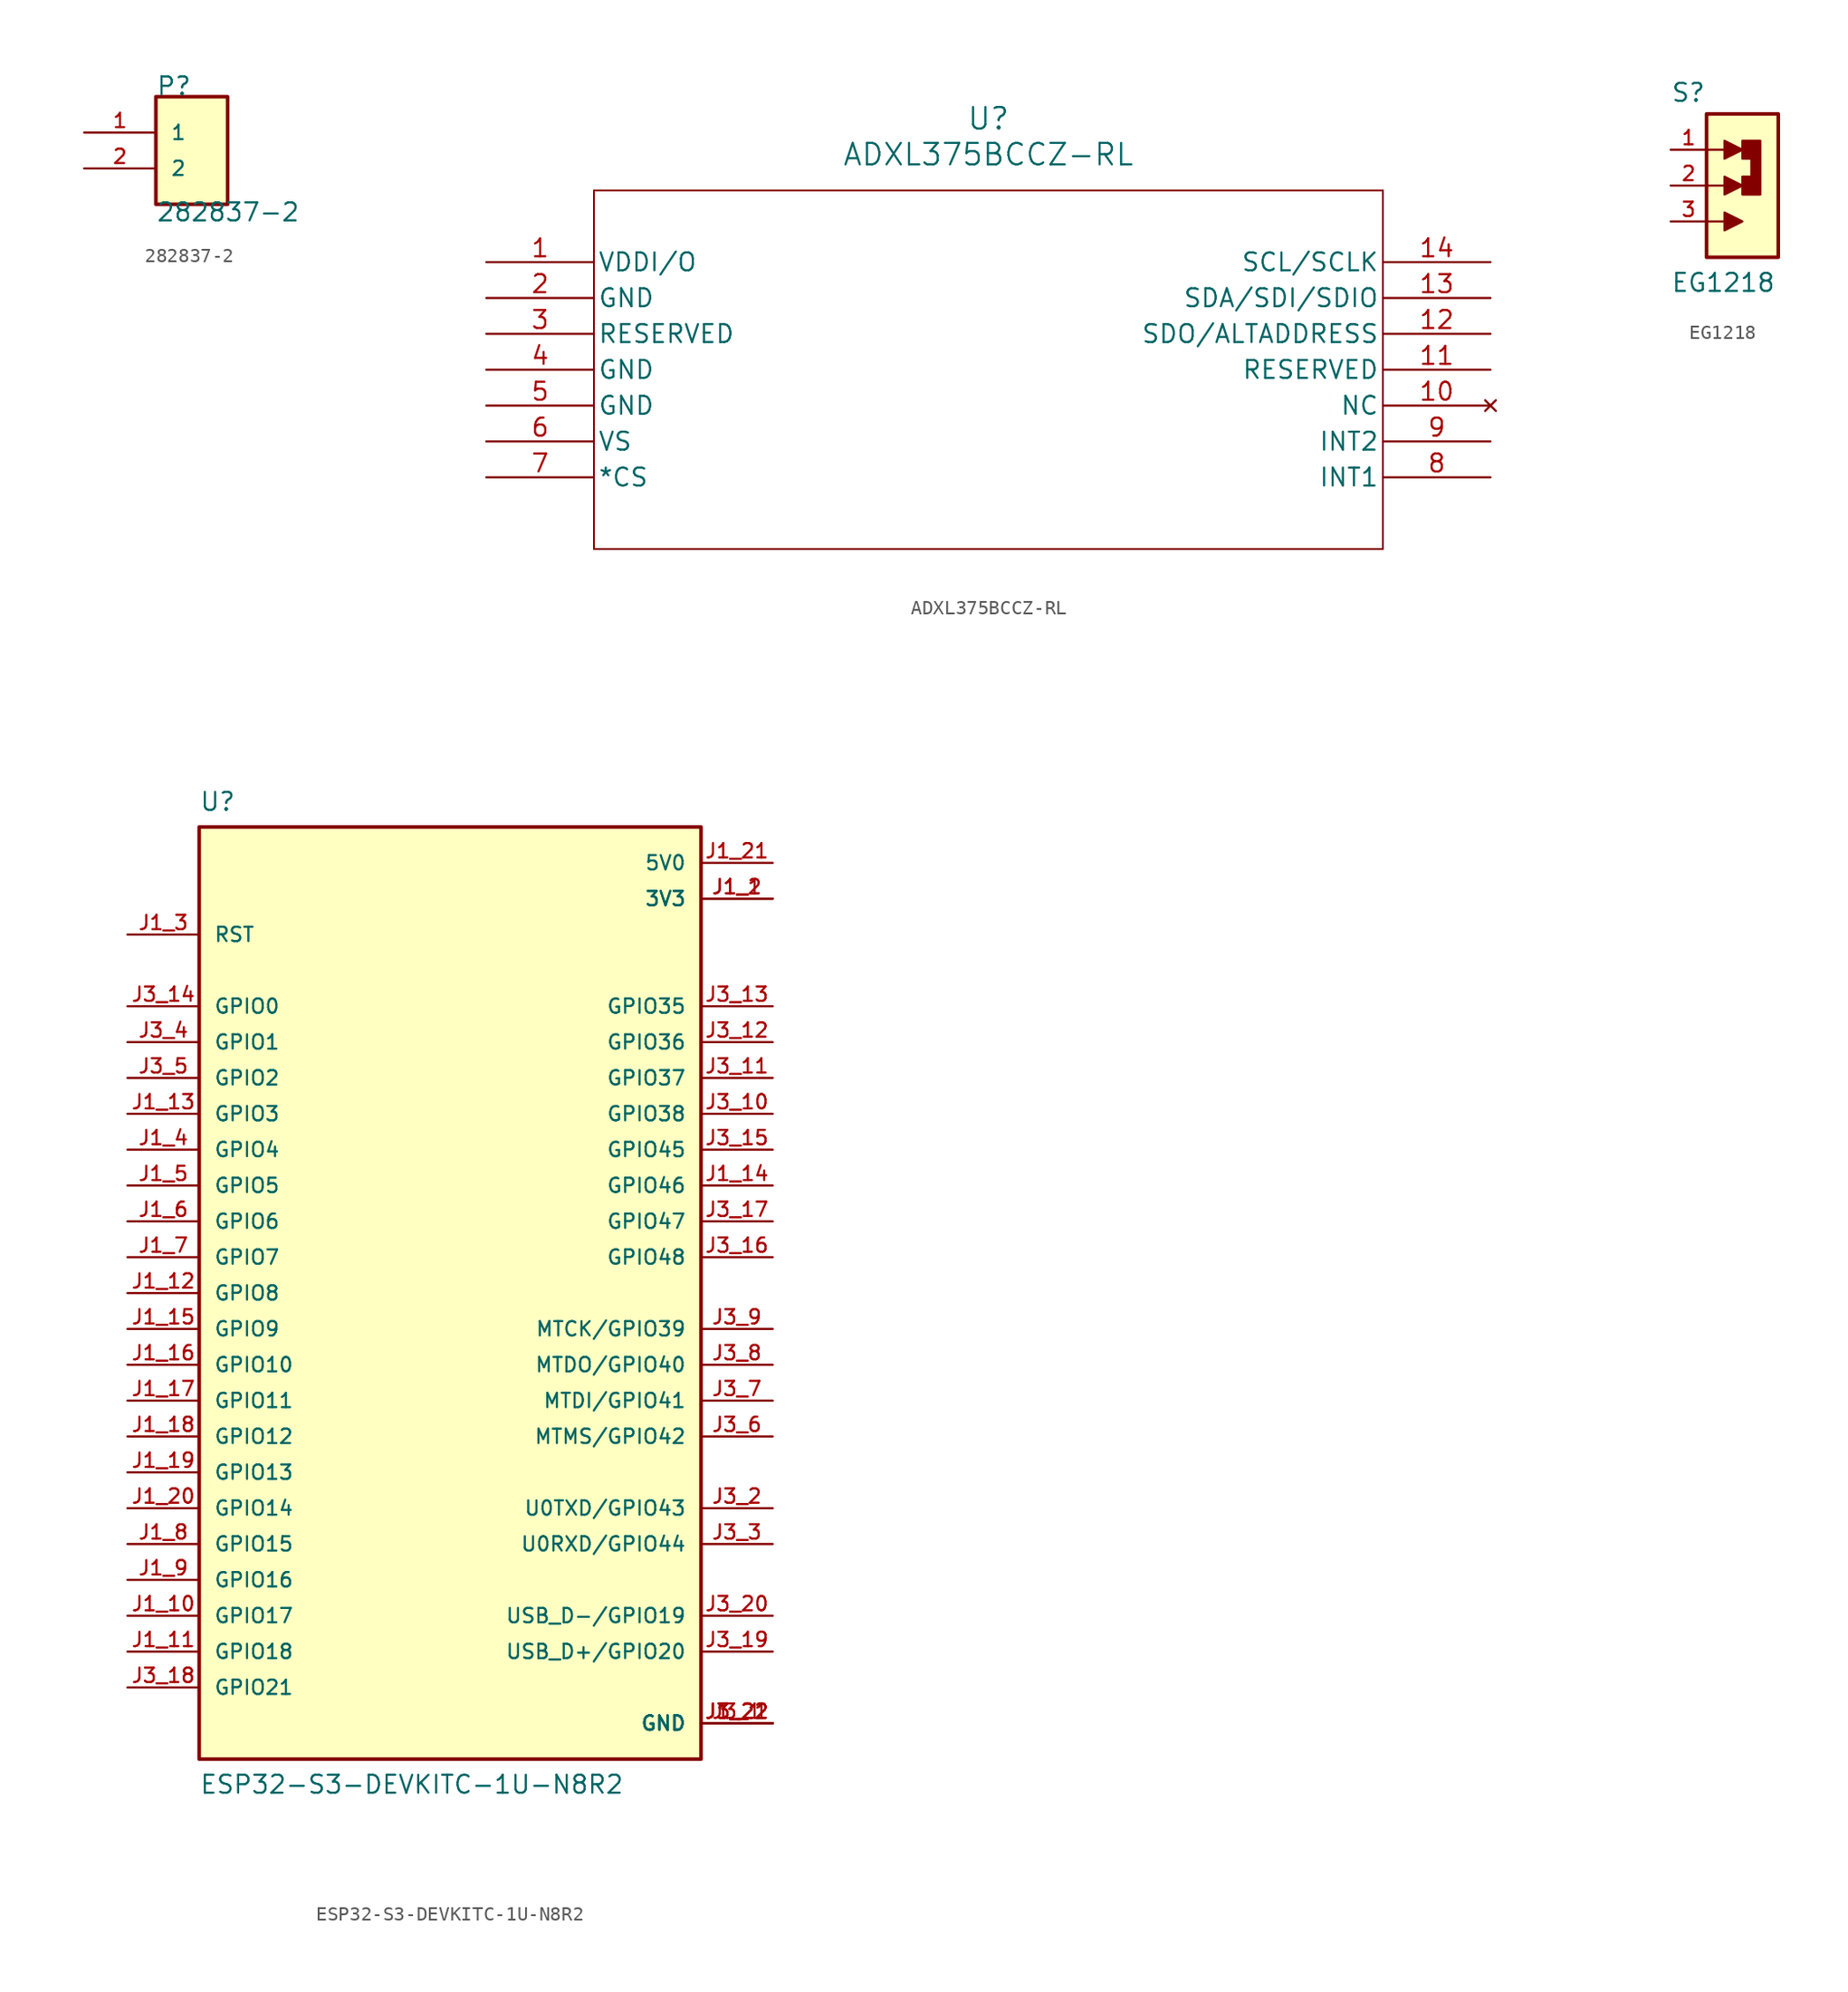
<source format=kicad_sym>
(kicad_symbol_lib
  (version 20241209)
  (generator "kicad_symbol_editor")
  (generator_version "9.0")
  (symbol "282837-2"
    (pin_names
      (offset 1.016))
    (property "Reference" "P"
      (at -2.541 2.544 0)
      (effects (font (size 1.27 1.27)) (justify left bottom)))
    (property "Value" "282837-2"
      (at -2.542 -6.375 0)
      (effects (font (size 1.27 1.27)) (justify left bottom)))
    (symbol "282837-2_0_0"
      (rectangle (start -2.54 -5.08) (end 2.54 2.54) (stroke (width 0.254) (type default)) (fill (type background)))
      (pin passive line (at -7.62 0 0) (length 5.08) (name "1" (effects (font (size 1.016 1.016)))) (number "1" (effects (font (size 1.016 1.016)))))
      (pin passive line (at -7.62 -2.54 0) (length 5.08) (name "2" (effects (font (size 1.016 1.016)))) (number "2" (effects (font (size 1.016 1.016)))))))
  (symbol "ADXL375BCCZ-RL"
    (pin_names
      (offset 0.254))
    (property "Reference" "U"
      (at 35.56 10.16 0)
      (effects (font (size 1.524 1.524))))
    (property "Value" "ADXL375BCCZ-RL"
      (at 35.56 7.62 0)
      (effects (font (size 1.524 1.524))))
    (property "ki_locked" ""
      (at 0 0 0)
      (effects (font (size 1.27 1.27))))
    (symbol "ADXL375BCCZ-RL_0_1"
      (polyline (pts (xy 7.62 5.08) (xy 7.62 -20.32)) (stroke (width 0.127) (type default)) (fill (type none)))
      (polyline (pts (xy 7.62 -20.32) (xy 63.5 -20.32)) (stroke (width 0.127) (type default)) (fill (type none)))
      (polyline (pts (xy 63.5 5.08) (xy 7.62 5.08)) (stroke (width 0.127) (type default)) (fill (type none)))
      (polyline (pts (xy 63.5 -20.32) (xy 63.5 5.08)) (stroke (width 0.127) (type default)) (fill (type none)))
      (pin power_in line (at 0 0 0) (length 7.62) (name "VDDI/O" (effects (font (size 1.27 1.27)))) (number "1" (effects (font (size 1.27 1.27)))))
      (pin power_out line (at 0 -2.54 0) (length 7.62) (name "GND" (effects (font (size 1.27 1.27)))) (number "2" (effects (font (size 1.27 1.27)))))
      (pin unspecified line (at 0 -5.08 0) (length 7.62) (name "RESERVED" (effects (font (size 1.27 1.27)))) (number "3" (effects (font (size 1.27 1.27)))))
      (pin power_out line (at 0 -7.62 0) (length 7.62) (name "GND" (effects (font (size 1.27 1.27)))) (number "4" (effects (font (size 1.27 1.27)))))
      (pin power_out line (at 0 -10.16 0) (length 7.62) (name "GND" (effects (font (size 1.27 1.27)))) (number "5" (effects (font (size 1.27 1.27)))))
      (pin unspecified line (at 0 -12.7 0) (length 7.62) (name "VS" (effects (font (size 1.27 1.27)))) (number "6" (effects (font (size 1.27 1.27)))))
      (pin unspecified line (at 0 -15.24 0) (length 7.62) (name "*CS" (effects (font (size 1.27 1.27)))) (number "7" (effects (font (size 1.27 1.27)))))
      (pin unspecified line (at 71.12 0 180) (length 7.62) (name "SCL/SCLK" (effects (font (size 1.27 1.27)))) (number "14" (effects (font (size 1.27 1.27)))))
      (pin unspecified line (at 71.12 -2.54 180) (length 7.62) (name "SDA/SDI/SDIO" (effects (font (size 1.27 1.27)))) (number "13" (effects (font (size 1.27 1.27)))))
      (pin unspecified line (at 71.12 -5.08 180) (length 7.62) (name "SDO/ALTADDRESS" (effects (font (size 1.27 1.27)))) (number "12" (effects (font (size 1.27 1.27)))))
      (pin unspecified line (at 71.12 -7.62 180) (length 7.62) (name "RESERVED" (effects (font (size 1.27 1.27)))) (number "11" (effects (font (size 1.27 1.27)))))
      (pin no_connect line (at 71.12 -10.16 180) (length 7.62) (name "NC" (effects (font (size 1.27 1.27)))) (number "10" (effects (font (size 1.27 1.27)))))
      (pin bidirectional line (at 71.12 -12.7 180) (length 7.62) (name "INT2" (effects (font (size 1.27 1.27)))) (number "9" (effects (font (size 1.27 1.27)))))
      (pin bidirectional line (at 71.12 -15.24 180) (length 7.62) (name "INT1" (effects (font (size 1.27 1.27)))) (number "8" (effects (font (size 1.27 1.27)))))))
  (symbol "EG1218"
    (pin_names
      (offset 1.016))
    (property "Reference" "S"
      (at -5.08 5.842 0)
      (effects (font (size 1.27 1.27)) (justify left bottom)))
    (property "Value" "EG1218"
      (at -5.08 -7.62 0)
      (effects (font (size 1.27 1.27)) (justify left bottom)))
    (symbol "EG1218_0_0"
      (polyline (pts (xy -2.54 2.54) (xy -1.27 2.54)) (stroke (width 0.152) (type default)) (fill (type none)))
      (polyline (pts (xy -2.54 0) (xy -1.27 0)) (stroke (width 0.152) (type default)) (fill (type none)))
      (polyline (pts (xy -2.54 -2.54) (xy -1.27 -2.54)) (stroke (width 0.152) (type default)) (fill (type none)))
      (rectangle (start -2.54 -5.08) (end 2.54 5.08) (stroke (width 0.254) (type default)) (fill (type background)))
      (polyline (pts (xy -1.27 3.175) (xy -1.27 1.905) (xy 0 2.54) (xy -1.27 3.175)) (stroke (width 0.152) (type default)) (fill (type outline)))
      (polyline (pts (xy -1.27 0.635) (xy -1.27 -0.635) (xy 0 0) (xy -1.27 0.635)) (stroke (width 0.152) (type default)) (fill (type outline)))
      (polyline (pts (xy -1.27 -1.905) (xy -1.27 -3.175) (xy 0 -2.54) (xy -1.27 -1.905)) (stroke (width 0.152) (type default)) (fill (type outline)))
      (polyline (pts (xy 0 1.905) (xy 0 3.175) (xy 1.27 3.175) (xy 1.27 -0.635) (xy 0 -0.635) (xy 0 0.635) (xy 0.635 0.635) (xy 0.635 1.905) (xy 0 1.905)) (stroke (width 0.152) (type default)) (fill (type outline)))
      (pin passive line (at -5.08 2.54 0) (length 2.54) (name "~" (effects (font (size 1.016 1.016)))) (number "1" (effects (font (size 1.016 1.016)))))
      (pin passive line (at -5.08 0 0) (length 2.54) (name "~" (effects (font (size 1.016 1.016)))) (number "2" (effects (font (size 1.016 1.016)))))
      (pin passive line (at -5.08 -2.54 0) (length 2.54) (name "~" (effects (font (size 1.016 1.016)))) (number "3" (effects (font (size 1.016 1.016)))))))
  (symbol "ESP32-S3-DEVKITC-1U-N8R2"
    (pin_names
      (offset 1.016))
    (property "Reference" "U"
      (at -17.78 35.56 0)
      (effects (font (size 1.27 1.27)) (justify left top)))
    (property "Value" "ESP32-S3-DEVKITC-1U-N8R2"
      (at -17.78 -35.56 0)
      (effects (font (size 1.27 1.27)) (justify left bottom)))
    (symbol "ESP32-S3-DEVKITC-1U-N8R2_0_0"
      (rectangle (start -17.78 -33.02) (end 17.78 33.02) (stroke (width 0.254) (type default)) (fill (type background)))
      (pin input line (at -22.86 25.4 0) (length 5.08) (name "RST" (effects (font (size 1.016 1.016)))) (number "J1_3" (effects (font (size 1.016 1.016)))))
      (pin bidirectional line (at -22.86 20.32 0) (length 5.08) (name "GPIO0" (effects (font (size 1.016 1.016)))) (number "J3_14" (effects (font (size 1.016 1.016)))))
      (pin bidirectional line (at -22.86 17.78 0) (length 5.08) (name "GPIO1" (effects (font (size 1.016 1.016)))) (number "J3_4" (effects (font (size 1.016 1.016)))))
      (pin bidirectional line (at -22.86 15.24 0) (length 5.08) (name "GPIO2" (effects (font (size 1.016 1.016)))) (number "J3_5" (effects (font (size 1.016 1.016)))))
      (pin bidirectional line (at -22.86 12.7 0) (length 5.08) (name "GPIO3" (effects (font (size 1.016 1.016)))) (number "J1_13" (effects (font (size 1.016 1.016)))))
      (pin bidirectional line (at -22.86 10.16 0) (length 5.08) (name "GPIO4" (effects (font (size 1.016 1.016)))) (number "J1_4" (effects (font (size 1.016 1.016)))))
      (pin bidirectional line (at -22.86 7.62 0) (length 5.08) (name "GPIO5" (effects (font (size 1.016 1.016)))) (number "J1_5" (effects (font (size 1.016 1.016)))))
      (pin bidirectional line (at -22.86 5.08 0) (length 5.08) (name "GPIO6" (effects (font (size 1.016 1.016)))) (number "J1_6" (effects (font (size 1.016 1.016)))))
      (pin bidirectional line (at -22.86 2.54 0) (length 5.08) (name "GPIO7" (effects (font (size 1.016 1.016)))) (number "J1_7" (effects (font (size 1.016 1.016)))))
      (pin bidirectional line (at -22.86 0 0) (length 5.08) (name "GPIO8" (effects (font (size 1.016 1.016)))) (number "J1_12" (effects (font (size 1.016 1.016)))))
      (pin bidirectional line (at -22.86 -2.54 0) (length 5.08) (name "GPIO9" (effects (font (size 1.016 1.016)))) (number "J1_15" (effects (font (size 1.016 1.016)))))
      (pin bidirectional line (at -22.86 -5.08 0) (length 5.08) (name "GPIO10" (effects (font (size 1.016 1.016)))) (number "J1_16" (effects (font (size 1.016 1.016)))))
      (pin bidirectional line (at -22.86 -7.62 0) (length 5.08) (name "GPIO11" (effects (font (size 1.016 1.016)))) (number "J1_17" (effects (font (size 1.016 1.016)))))
      (pin bidirectional line (at -22.86 -10.16 0) (length 5.08) (name "GPIO12" (effects (font (size 1.016 1.016)))) (number "J1_18" (effects (font (size 1.016 1.016)))))
      (pin bidirectional line (at -22.86 -12.7 0) (length 5.08) (name "GPIO13" (effects (font (size 1.016 1.016)))) (number "J1_19" (effects (font (size 1.016 1.016)))))
      (pin bidirectional line (at -22.86 -15.24 0) (length 5.08) (name "GPIO14" (effects (font (size 1.016 1.016)))) (number "J1_20" (effects (font (size 1.016 1.016)))))
      (pin bidirectional line (at -22.86 -17.78 0) (length 5.08) (name "GPIO15" (effects (font (size 1.016 1.016)))) (number "J1_8" (effects (font (size 1.016 1.016)))))
      (pin bidirectional line (at -22.86 -20.32 0) (length 5.08) (name "GPIO16" (effects (font (size 1.016 1.016)))) (number "J1_9" (effects (font (size 1.016 1.016)))))
      (pin bidirectional line (at -22.86 -22.86 0) (length 5.08) (name "GPIO17" (effects (font (size 1.016 1.016)))) (number "J1_10" (effects (font (size 1.016 1.016)))))
      (pin bidirectional line (at -22.86 -25.4 0) (length 5.08) (name "GPIO18" (effects (font (size 1.016 1.016)))) (number "J1_11" (effects (font (size 1.016 1.016)))))
      (pin bidirectional line (at -22.86 -27.94 0) (length 5.08) (name "GPIO21" (effects (font (size 1.016 1.016)))) (number "J3_18" (effects (font (size 1.016 1.016)))))
      (pin power_in line (at 22.86 30.48 180) (length 5.08) (name "5V0" (effects (font (size 1.016 1.016)))) (number "J1_21" (effects (font (size 1.016 1.016)))))
      (pin power_in line (at 22.86 27.94 180) (length 5.08) (name "3V3" (effects (font (size 1.016 1.016)))) (number "J1_1" (effects (font (size 1.016 1.016)))))
      (pin power_in line (at 22.86 27.94 180) (length 5.08) (name "3V3" (effects (font (size 1.016 1.016)))) (number "J1_2" (effects (font (size 1.016 1.016)))))
      (pin bidirectional line (at 22.86 20.32 180) (length 5.08) (name "GPIO35" (effects (font (size 1.016 1.016)))) (number "J3_13" (effects (font (size 1.016 1.016)))))
      (pin bidirectional line (at 22.86 17.78 180) (length 5.08) (name "GPIO36" (effects (font (size 1.016 1.016)))) (number "J3_12" (effects (font (size 1.016 1.016)))))
      (pin bidirectional line (at 22.86 15.24 180) (length 5.08) (name "GPIO37" (effects (font (size 1.016 1.016)))) (number "J3_11" (effects (font (size 1.016 1.016)))))
      (pin bidirectional line (at 22.86 12.7 180) (length 5.08) (name "GPIO38" (effects (font (size 1.016 1.016)))) (number "J3_10" (effects (font (size 1.016 1.016)))))
      (pin bidirectional line (at 22.86 10.16 180) (length 5.08) (name "GPIO45" (effects (font (size 1.016 1.016)))) (number "J3_15" (effects (font (size 1.016 1.016)))))
      (pin bidirectional line (at 22.86 7.62 180) (length 5.08) (name "GPIO46" (effects (font (size 1.016 1.016)))) (number "J1_14" (effects (font (size 1.016 1.016)))))
      (pin bidirectional line (at 22.86 5.08 180) (length 5.08) (name "GPIO47" (effects (font (size 1.016 1.016)))) (number "J3_17" (effects (font (size 1.016 1.016)))))
      (pin bidirectional line (at 22.86 2.54 180) (length 5.08) (name "GPIO48" (effects (font (size 1.016 1.016)))) (number "J3_16" (effects (font (size 1.016 1.016)))))
      (pin bidirectional line (at 22.86 -2.54 180) (length 5.08) (name "MTCK/GPIO39" (effects (font (size 1.016 1.016)))) (number "J3_9" (effects (font (size 1.016 1.016)))))
      (pin bidirectional line (at 22.86 -5.08 180) (length 5.08) (name "MTDO/GPIO40" (effects (font (size 1.016 1.016)))) (number "J3_8" (effects (font (size 1.016 1.016)))))
      (pin bidirectional line (at 22.86 -7.62 180) (length 5.08) (name "MTDI/GPIO41" (effects (font (size 1.016 1.016)))) (number "J3_7" (effects (font (size 1.016 1.016)))))
      (pin bidirectional line (at 22.86 -10.16 180) (length 5.08) (name "MTMS/GPIO42" (effects (font (size 1.016 1.016)))) (number "J3_6" (effects (font (size 1.016 1.016)))))
      (pin bidirectional line (at 22.86 -15.24 180) (length 5.08) (name "U0TXD/GPIO43" (effects (font (size 1.016 1.016)))) (number "J3_2" (effects (font (size 1.016 1.016)))))
      (pin bidirectional line (at 22.86 -17.78 180) (length 5.08) (name "U0RXD/GPIO44" (effects (font (size 1.016 1.016)))) (number "J3_3" (effects (font (size 1.016 1.016)))))
      (pin bidirectional line (at 22.86 -22.86 180) (length 5.08) (name "USB_D-/GPIO19" (effects (font (size 1.016 1.016)))) (number "J3_20" (effects (font (size 1.016 1.016)))))
      (pin bidirectional line (at 22.86 -25.4 180) (length 5.08) (name "USB_D+/GPIO20" (effects (font (size 1.016 1.016)))) (number "J3_19" (effects (font (size 1.016 1.016)))))
      (pin power_in line (at 22.86 -30.48 180) (length 5.08) (name "GND" (effects (font (size 1.016 1.016)))) (number "J1_22" (effects (font (size 1.016 1.016)))))
      (pin power_in line (at 22.86 -30.48 180) (length 5.08) (name "GND" (effects (font (size 1.016 1.016)))) (number "J3_1" (effects (font (size 1.016 1.016)))))
      (pin power_in line (at 22.86 -30.48 180) (length 5.08) (name "GND" (effects (font (size 1.016 1.016)))) (number "J3_21" (effects (font (size 1.016 1.016)))))
      (pin power_in line (at 22.86 -30.48 180) (length 5.08) (name "GND" (effects (font (size 1.016 1.016)))) (number "J3_22" (effects (font (size 1.016 1.016))))))))
</source>
